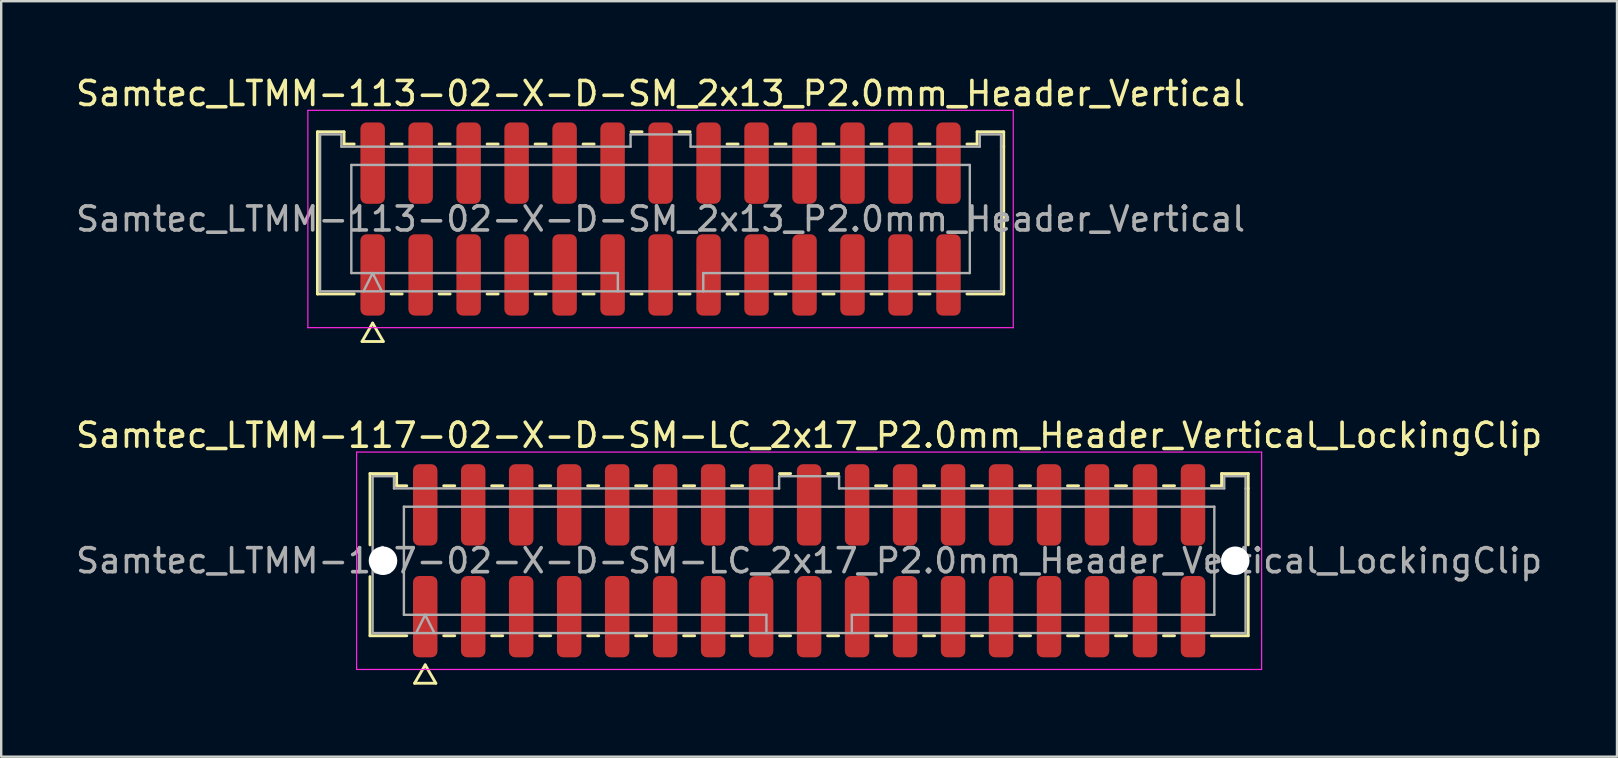
<source format=kicad_pcb>
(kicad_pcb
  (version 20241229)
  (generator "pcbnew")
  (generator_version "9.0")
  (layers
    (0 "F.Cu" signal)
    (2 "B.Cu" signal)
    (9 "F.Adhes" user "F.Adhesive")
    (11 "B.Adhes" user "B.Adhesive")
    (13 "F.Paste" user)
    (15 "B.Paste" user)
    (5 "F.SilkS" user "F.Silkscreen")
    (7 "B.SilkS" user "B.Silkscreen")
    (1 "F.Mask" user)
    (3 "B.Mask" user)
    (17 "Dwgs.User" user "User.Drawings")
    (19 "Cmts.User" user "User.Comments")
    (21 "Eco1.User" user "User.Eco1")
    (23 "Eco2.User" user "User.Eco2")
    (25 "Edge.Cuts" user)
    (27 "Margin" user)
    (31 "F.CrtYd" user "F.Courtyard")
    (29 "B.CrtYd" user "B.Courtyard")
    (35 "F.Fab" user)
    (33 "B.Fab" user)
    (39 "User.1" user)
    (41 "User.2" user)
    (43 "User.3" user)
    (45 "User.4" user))
  (footprint "Samtec_LTMM-113-02-X-D-SM_2x13_P2.0mm_Header_Vertical"
    (layer "F.Cu")
    (at 24.482 6.078)
    (property "Reference" "Samtec_LTMM-113-02-X-D-SM_2x13_P2.0mm_Header_Vertical" (at 0 -5.23 0) (layer "F.SilkS") (effects (font (size 1 1) (thickness 0.15))))
    (attr smd)
    (fp_line (start -14.302 -3.635) (end -13.193 -3.635) (stroke (width 0.12) (type solid)) (layer "F.SilkS"))
    (fp_line (start -14.302 3.125) (end -14.302 -3.635) (stroke (width 0.12) (type solid)) (layer "F.SilkS"))
    (fp_line (start -13.193 -3.635) (end -13.193 -3.125) (stroke (width 0.12) (type solid)) (layer "F.SilkS"))
    (fp_line (start -13.193 -3.125) (end -12.77 -3.125) (stroke (width 0.12) (type solid)) (layer "F.SilkS"))
    (fp_line (start -12.77 3.125) (end -14.302 3.125) (stroke (width 0.12) (type solid)) (layer "F.SilkS"))
    (fp_line (start -12.442 5.105) (end -12 4.34) (stroke (width 0.12) (type solid)) (layer "F.SilkS"))
    (fp_line (start -12 4.34) (end -11.558 5.105) (stroke (width 0.12) (type solid)) (layer "F.SilkS"))
    (fp_line (start -11.558 5.105) (end -12.442 5.105) (stroke (width 0.12) (type solid)) (layer "F.SilkS"))
    (fp_line (start -11.23 -3.125) (end -10.77 -3.125) (stroke (width 0.12) (type solid)) (layer "F.SilkS"))
    (fp_line (start -10.77 3.125) (end -11.23 3.125) (stroke (width 0.12) (type solid)) (layer "F.SilkS"))
    (fp_line (start -9.23 -3.125) (end -8.77 -3.125) (stroke (width 0.12) (type solid)) (layer "F.SilkS"))
    (fp_line (start -8.77 3.125) (end -9.23 3.125) (stroke (width 0.12) (type solid)) (layer "F.SilkS"))
    (fp_line (start -7.23 -3.125) (end -6.77 -3.125) (stroke (width 0.12) (type solid)) (layer "F.SilkS"))
    (fp_line (start -6.77 3.125) (end -7.23 3.125) (stroke (width 0.12) (type solid)) (layer "F.SilkS"))
    (fp_line (start -5.23 -3.125) (end -4.77 -3.125) (stroke (width 0.12) (type solid)) (layer "F.SilkS"))
    (fp_line (start -4.77 3.125) (end -5.23 3.125) (stroke (width 0.12) (type solid)) (layer "F.SilkS"))
    (fp_line (start -3.23 -3.125) (end -2.77 -3.125) (stroke (width 0.12) (type solid)) (layer "F.SilkS"))
    (fp_line (start -2.77 3.125) (end -3.23 3.125) (stroke (width 0.12) (type solid)) (layer "F.SilkS"))
    (fp_line (start -1.23 -3.635) (end -0.77 -3.635) (stroke (width 0.12) (type solid)) (layer "F.SilkS"))
    (fp_line (start -0.77 3.125) (end -1.23 3.125) (stroke (width 0.12) (type solid)) (layer "F.SilkS"))
    (fp_line (start 0.77 -3.635) (end 1.23 -3.635) (stroke (width 0.12) (type solid)) (layer "F.SilkS"))
    (fp_line (start 1.23 3.125) (end 0.77 3.125) (stroke (width 0.12) (type solid)) (layer "F.SilkS"))
    (fp_line (start 2.77 -3.125) (end 3.23 -3.125) (stroke (width 0.12) (type solid)) (layer "F.SilkS"))
    (fp_line (start 3.23 3.125) (end 2.77 3.125) (stroke (width 0.12) (type solid)) (layer "F.SilkS"))
    (fp_line (start 4.77 -3.125) (end 5.23 -3.125) (stroke (width 0.12) (type solid)) (layer "F.SilkS"))
    (fp_line (start 5.23 3.125) (end 4.77 3.125) (stroke (width 0.12) (type solid)) (layer "F.SilkS"))
    (fp_line (start 6.77 -3.125) (end 7.23 -3.125) (stroke (width 0.12) (type solid)) (layer "F.SilkS"))
    (fp_line (start 7.23 3.125) (end 6.77 3.125) (stroke (width 0.12) (type solid)) (layer "F.SilkS"))
    (fp_line (start 8.77 -3.125) (end 9.23 -3.125) (stroke (width 0.12) (type solid)) (layer "F.SilkS"))
    (fp_line (start 9.23 3.125) (end 8.77 3.125) (stroke (width 0.12) (type solid)) (layer "F.SilkS"))
    (fp_line (start 10.77 -3.125) (end 11.23 -3.125) (stroke (width 0.12) (type solid)) (layer "F.SilkS"))
    (fp_line (start 11.23 3.125) (end 10.77 3.125) (stroke (width 0.12) (type solid)) (layer "F.SilkS"))
    (fp_line (start 12.77 -3.125) (end 13.193 -3.125) (stroke (width 0.12) (type solid)) (layer "F.SilkS"))
    (fp_line (start 13.193 -3.635) (end 14.302 -3.635) (stroke (width 0.12) (type solid)) (layer "F.SilkS"))
    (fp_line (start 13.193 -3.125) (end 13.193 -3.635) (stroke (width 0.12) (type solid)) (layer "F.SilkS"))
    (fp_line (start 14.302 -3.635) (end 14.302 -3.015) (stroke (width 0.12) (type solid)) (layer "F.SilkS"))
    (fp_line (start 14.302 -3.015) (end 14.302 3.125) (stroke (width 0.12) (type solid)) (layer "F.SilkS"))
    (fp_line (start 14.302 3.125) (end 12.77 3.125) (stroke (width 0.12) (type solid)) (layer "F.SilkS"))
    (fp_line (start -14.7 -4.53) (end -14.7 4.53) (stroke (width 0.05) (type solid)) (layer "F.CrtYd"))
    (fp_line (start -14.7 4.53) (end 14.7 4.53) (stroke (width 0.05) (type solid)) (layer "F.CrtYd"))
    (fp_line (start 14.7 -4.53) (end -14.7 -4.53) (stroke (width 0.05) (type solid)) (layer "F.CrtYd"))
    (fp_line (start 14.7 4.53) (end 14.7 -4.53) (stroke (width 0.05) (type solid)) (layer "F.CrtYd"))
    (fp_line (start -14.191 -3.525) (end -13.303 -3.525) (stroke (width 0.1) (type solid)) (layer "F.Fab"))
    (fp_line (start -14.191 3.015) (end -14.191 -3.525) (stroke (width 0.1) (type solid)) (layer "F.Fab"))
    (fp_line (start -13.303 -3.525) (end -13.303 -3.015) (stroke (width 0.1) (type solid)) (layer "F.Fab"))
    (fp_line (start -13.303 -3.015) (end -1.25 -3.015) (stroke (width 0.1) (type solid)) (layer "F.Fab"))
    (fp_line (start -12.889 -2.253) (end 12.889 -2.253) (stroke (width 0.1) (type solid)) (layer "F.Fab"))
    (fp_line (start -12.889 2.253) (end -12.889 -2.253) (stroke (width 0.1) (type solid)) (layer "F.Fab"))
    (fp_line (start -12.381 3.015) (end -12 2.253) (stroke (width 0.1) (type solid)) (layer "F.Fab"))
    (fp_line (start -12 2.253) (end -11.619 3.015) (stroke (width 0.1) (type solid)) (layer "F.Fab"))
    (fp_line (start -1.78 2.253) (end -12.889 2.253) (stroke (width 0.1) (type solid)) (layer "F.Fab"))
    (fp_line (start -1.78 3.015) (end -1.78 2.253) (stroke (width 0.1) (type solid)) (layer "F.Fab"))
    (fp_line (start -1.25 -3.525) (end 1.25 -3.525) (stroke (width 0.1) (type solid)) (layer "F.Fab"))
    (fp_line (start -1.25 -3.015) (end -1.25 -3.525) (stroke (width 0.1) (type solid)) (layer "F.Fab"))
    (fp_line (start 1.25 -3.525) (end 1.25 -3.015) (stroke (width 0.1) (type solid)) (layer "F.Fab"))
    (fp_line (start 1.25 -3.015) (end 13.303 -3.015) (stroke (width 0.1) (type solid)) (layer "F.Fab"))
    (fp_line (start 1.78 2.253) (end 1.78 3.015) (stroke (width 0.1) (type solid)) (layer "F.Fab"))
    (fp_line (start 12.889 -2.253) (end 12.889 2.253) (stroke (width 0.1) (type solid)) (layer "F.Fab"))
    (fp_line (start 12.889 2.253) (end 1.78 2.253) (stroke (width 0.1) (type solid)) (layer "F.Fab"))
    (fp_line (start 13.303 -3.525) (end 14.191 -3.525) (stroke (width 0.1) (type solid)) (layer "F.Fab"))
    (fp_line (start 13.303 -3.015) (end 13.303 -3.525) (stroke (width 0.1) (type solid)) (layer "F.Fab"))
    (fp_line (start 14.191 -3.525) (end 14.191 -3.015) (stroke (width 0.1) (type solid)) (layer "F.Fab"))
    (fp_line (start 14.191 -3.015) (end 14.191 3.015) (stroke (width 0.1) (type solid)) (layer "F.Fab"))
    (fp_line (start 14.191 3.015) (end -14.191 3.015) (stroke (width 0.1) (type solid)) (layer "F.Fab"))
    (fp_text user "${REFERENCE}" (at 0 0 0) (layer "F.Fab") (effects (font (size 1 1) (thickness 0.15))))
    (pad "1" smd roundrect (at -12 2.33) (size 1.02 3.39) (layers "F.Cu" "F.Mask" "F.Paste") (roundrect_rratio 0.25))
    (pad "2" smd roundrect (at -12 -2.33) (size 1.02 3.39) (layers "F.Cu" "F.Mask" "F.Paste") (roundrect_rratio 0.25))
    (pad "3" smd roundrect (at -10 2.33) (size 1.02 3.39) (layers "F.Cu" "F.Mask" "F.Paste") (roundrect_rratio 0.25))
    (pad "4" smd roundrect (at -10 -2.33) (size 1.02 3.39) (layers "F.Cu" "F.Mask" "F.Paste") (roundrect_rratio 0.25))
    (pad "5" smd roundrect (at -8 2.33) (size 1.02 3.39) (layers "F.Cu" "F.Mask" "F.Paste") (roundrect_rratio 0.25))
    (pad "6" smd roundrect (at -8 -2.33) (size 1.02 3.39) (layers "F.Cu" "F.Mask" "F.Paste") (roundrect_rratio 0.25))
    (pad "7" smd roundrect (at -6 2.33) (size 1.02 3.39) (layers "F.Cu" "F.Mask" "F.Paste") (roundrect_rratio 0.25))
    (pad "8" smd roundrect (at -6 -2.33) (size 1.02 3.39) (layers "F.Cu" "F.Mask" "F.Paste") (roundrect_rratio 0.25))
    (pad "9" smd roundrect (at -4 2.33) (size 1.02 3.39) (layers "F.Cu" "F.Mask" "F.Paste") (roundrect_rratio 0.25))
    (pad "10" smd roundrect (at -4 -2.33) (size 1.02 3.39) (layers "F.Cu" "F.Mask" "F.Paste") (roundrect_rratio 0.25))
    (pad "11" smd roundrect (at -2 2.33) (size 1.02 3.39) (layers "F.Cu" "F.Mask" "F.Paste") (roundrect_rratio 0.25))
    (pad "12" smd roundrect (at -2 -2.33) (size 1.02 3.39) (layers "F.Cu" "F.Mask" "F.Paste") (roundrect_rratio 0.25))
    (pad "13" smd roundrect (at 0 2.33) (size 1.02 3.39) (layers "F.Cu" "F.Mask" "F.Paste") (roundrect_rratio 0.25))
    (pad "14" smd roundrect (at 0 -2.33) (size 1.02 3.39) (layers "F.Cu" "F.Mask" "F.Paste") (roundrect_rratio 0.25))
    (pad "15" smd roundrect (at 2 2.33) (size 1.02 3.39) (layers "F.Cu" "F.Mask" "F.Paste") (roundrect_rratio 0.25))
    (pad "16" smd roundrect (at 2 -2.33) (size 1.02 3.39) (layers "F.Cu" "F.Mask" "F.Paste") (roundrect_rratio 0.25))
    (pad "17" smd roundrect (at 4 2.33) (size 1.02 3.39) (layers "F.Cu" "F.Mask" "F.Paste") (roundrect_rratio 0.25))
    (pad "18" smd roundrect (at 4 -2.33) (size 1.02 3.39) (layers "F.Cu" "F.Mask" "F.Paste") (roundrect_rratio 0.25))
    (pad "19" smd roundrect (at 6 2.33) (size 1.02 3.39) (layers "F.Cu" "F.Mask" "F.Paste") (roundrect_rratio 0.25))
    (pad "20" smd roundrect (at 6 -2.33) (size 1.02 3.39) (layers "F.Cu" "F.Mask" "F.Paste") (roundrect_rratio 0.25))
    (pad "21" smd roundrect (at 8 2.33) (size 1.02 3.39) (layers "F.Cu" "F.Mask" "F.Paste") (roundrect_rratio 0.25))
    (pad "22" smd roundrect (at 8 -2.33) (size 1.02 3.39) (layers "F.Cu" "F.Mask" "F.Paste") (roundrect_rratio 0.25))
    (pad "23" smd roundrect (at 10 2.33) (size 1.02 3.39) (layers "F.Cu" "F.Mask" "F.Paste") (roundrect_rratio 0.25))
    (pad "24" smd roundrect (at 10 -2.33) (size 1.02 3.39) (layers "F.Cu" "F.Mask" "F.Paste") (roundrect_rratio 0.25))
    (pad "25" smd roundrect (at 12 2.33) (size 1.02 3.39) (layers "F.Cu" "F.Mask" "F.Paste") (roundrect_rratio 0.25))
    (pad "26" smd roundrect (at 12 -2.33) (size 1.02 3.39) (layers "F.Cu" "F.Mask" "F.Paste") (roundrect_rratio 0.25)))
  (footprint "Samtec_LTMM-117-02-X-D-SM-LC_2x17_P2.0mm_Header_Vertical_LockingClip"
    (layer "F.Cu")
    (at 30.673 20.322)
    (property "Reference" "Samtec_LTMM-117-02-X-D-SM-LC_2x17_P2.0mm_Header_Vertical_LockingClip" (at 0 -5.23 0) (layer "F.SilkS") (effects (font (size 1 1) (thickness 0.15))))
    (attr smd)
    (fp_line (start -18.302 -3.635) (end -17.192 -3.635) (stroke (width 0.12) (type solid)) (layer "F.SilkS"))
    (fp_line (start -18.302 -0.662) (end -18.302 -3.635) (stroke (width 0.12) (type solid)) (layer "F.SilkS"))
    (fp_line (start -18.302 3.125) (end -18.302 0.662) (stroke (width 0.12) (type solid)) (layer "F.SilkS"))
    (fp_line (start -17.192 -3.635) (end -17.192 -3.125) (stroke (width 0.12) (type solid)) (layer "F.SilkS"))
    (fp_line (start -17.192 -3.125) (end -16.77 -3.125) (stroke (width 0.12) (type solid)) (layer "F.SilkS"))
    (fp_line (start -16.77 3.125) (end -18.302 3.125) (stroke (width 0.12) (type solid)) (layer "F.SilkS"))
    (fp_line (start -16.442 5.105) (end -16 4.34) (stroke (width 0.12) (type solid)) (layer "F.SilkS"))
    (fp_line (start -16 4.34) (end -15.558 5.105) (stroke (width 0.12) (type solid)) (layer "F.SilkS"))
    (fp_line (start -15.558 5.105) (end -16.442 5.105) (stroke (width 0.12) (type solid)) (layer "F.SilkS"))
    (fp_line (start -15.23 -3.125) (end -14.77 -3.125) (stroke (width 0.12) (type solid)) (layer "F.SilkS"))
    (fp_line (start -14.77 3.125) (end -15.23 3.125) (stroke (width 0.12) (type solid)) (layer "F.SilkS"))
    (fp_line (start -13.23 -3.125) (end -12.77 -3.125) (stroke (width 0.12) (type solid)) (layer "F.SilkS"))
    (fp_line (start -12.77 3.125) (end -13.23 3.125) (stroke (width 0.12) (type solid)) (layer "F.SilkS"))
    (fp_line (start -11.23 -3.125) (end -10.77 -3.125) (stroke (width 0.12) (type solid)) (layer "F.SilkS"))
    (fp_line (start -10.77 3.125) (end -11.23 3.125) (stroke (width 0.12) (type solid)) (layer "F.SilkS"))
    (fp_line (start -9.23 -3.125) (end -8.77 -3.125) (stroke (width 0.12) (type solid)) (layer "F.SilkS"))
    (fp_line (start -8.77 3.125) (end -9.23 3.125) (stroke (width 0.12) (type solid)) (layer "F.SilkS"))
    (fp_line (start -7.23 -3.125) (end -6.77 -3.125) (stroke (width 0.12) (type solid)) (layer "F.SilkS"))
    (fp_line (start -6.77 3.125) (end -7.23 3.125) (stroke (width 0.12) (type solid)) (layer "F.SilkS"))
    (fp_line (start -5.23 -3.125) (end -4.77 -3.125) (stroke (width 0.12) (type solid)) (layer "F.SilkS"))
    (fp_line (start -4.77 3.125) (end -5.23 3.125) (stroke (width 0.12) (type solid)) (layer "F.SilkS"))
    (fp_line (start -3.23 -3.125) (end -2.77 -3.125) (stroke (width 0.12) (type solid)) (layer "F.SilkS"))
    (fp_line (start -2.77 3.125) (end -3.23 3.125) (stroke (width 0.12) (type solid)) (layer "F.SilkS"))
    (fp_line (start -1.23 -3.635) (end -0.77 -3.635) (stroke (width 0.12) (type solid)) (layer "F.SilkS"))
    (fp_line (start -0.77 3.125) (end -1.23 3.125) (stroke (width 0.12) (type solid)) (layer "F.SilkS"))
    (fp_line (start 0.77 -3.635) (end 1.23 -3.635) (stroke (width 0.12) (type solid)) (layer "F.SilkS"))
    (fp_line (start 1.23 3.125) (end 0.77 3.125) (stroke (width 0.12) (type solid)) (layer "F.SilkS"))
    (fp_line (start 2.77 -3.125) (end 3.23 -3.125) (stroke (width 0.12) (type solid)) (layer "F.SilkS"))
    (fp_line (start 3.23 3.125) (end 2.77 3.125) (stroke (width 0.12) (type solid)) (layer "F.SilkS"))
    (fp_line (start 4.77 -3.125) (end 5.23 -3.125) (stroke (width 0.12) (type solid)) (layer "F.SilkS"))
    (fp_line (start 5.23 3.125) (end 4.77 3.125) (stroke (width 0.12) (type solid)) (layer "F.SilkS"))
    (fp_line (start 6.77 -3.125) (end 7.23 -3.125) (stroke (width 0.12) (type solid)) (layer "F.SilkS"))
    (fp_line (start 7.23 3.125) (end 6.77 3.125) (stroke (width 0.12) (type solid)) (layer "F.SilkS"))
    (fp_line (start 8.77 -3.125) (end 9.23 -3.125) (stroke (width 0.12) (type solid)) (layer "F.SilkS"))
    (fp_line (start 9.23 3.125) (end 8.77 3.125) (stroke (width 0.12) (type solid)) (layer "F.SilkS"))
    (fp_line (start 10.77 -3.125) (end 11.23 -3.125) (stroke (width 0.12) (type solid)) (layer "F.SilkS"))
    (fp_line (start 11.23 3.125) (end 10.77 3.125) (stroke (width 0.12) (type solid)) (layer "F.SilkS"))
    (fp_line (start 12.77 -3.125) (end 13.23 -3.125) (stroke (width 0.12) (type solid)) (layer "F.SilkS"))
    (fp_line (start 13.23 3.125) (end 12.77 3.125) (stroke (width 0.12) (type solid)) (layer "F.SilkS"))
    (fp_line (start 14.77 -3.125) (end 15.23 -3.125) (stroke (width 0.12) (type solid)) (layer "F.SilkS"))
    (fp_line (start 15.23 3.125) (end 14.77 3.125) (stroke (width 0.12) (type solid)) (layer "F.SilkS"))
    (fp_line (start 16.77 -3.125) (end 17.192 -3.125) (stroke (width 0.12) (type solid)) (layer "F.SilkS"))
    (fp_line (start 17.192 -3.635) (end 18.302 -3.635) (stroke (width 0.12) (type solid)) (layer "F.SilkS"))
    (fp_line (start 17.192 -3.125) (end 17.192 -3.635) (stroke (width 0.12) (type solid)) (layer "F.SilkS"))
    (fp_line (start 18.302 -3.635) (end 18.302 -3.015) (stroke (width 0.12) (type solid)) (layer "F.SilkS"))
    (fp_line (start 18.302 -3.015) (end 18.302 -0.662) (stroke (width 0.12) (type solid)) (layer "F.SilkS"))
    (fp_line (start 18.302 0.662) (end 18.302 3.125) (stroke (width 0.12) (type solid)) (layer "F.SilkS"))
    (fp_line (start 18.302 3.125) (end 16.77 3.125) (stroke (width 0.12) (type solid)) (layer "F.SilkS"))
    (fp_line (start -18.86 -4.53) (end -18.86 4.53) (stroke (width 0.05) (type solid)) (layer "F.CrtYd"))
    (fp_line (start -18.86 4.53) (end 18.86 4.53) (stroke (width 0.05) (type solid)) (layer "F.CrtYd"))
    (fp_line (start 18.86 -4.53) (end -18.86 -4.53) (stroke (width 0.05) (type solid)) (layer "F.CrtYd"))
    (fp_line (start 18.86 4.53) (end 18.86 -4.53) (stroke (width 0.05) (type solid)) (layer "F.CrtYd"))
    (fp_line (start -18.192 -3.525) (end -17.302 -3.525) (stroke (width 0.1) (type solid)) (layer "F.Fab"))
    (fp_line (start -18.192 3.015) (end -18.192 -3.525) (stroke (width 0.1) (type solid)) (layer "F.Fab"))
    (fp_line (start -17.302 -3.525) (end -17.302 -3.015) (stroke (width 0.1) (type solid)) (layer "F.Fab"))
    (fp_line (start -17.302 -3.015) (end -1.25 -3.015) (stroke (width 0.1) (type solid)) (layer "F.Fab"))
    (fp_line (start -16.889 -2.253) (end 16.889 -2.253) (stroke (width 0.1) (type solid)) (layer "F.Fab"))
    (fp_line (start -16.889 2.253) (end -16.889 -2.253) (stroke (width 0.1) (type solid)) (layer "F.Fab"))
    (fp_line (start -16.381 3.015) (end -16 2.253) (stroke (width 0.1) (type solid)) (layer "F.Fab"))
    (fp_line (start -16 2.253) (end -15.619 3.015) (stroke (width 0.1) (type solid)) (layer "F.Fab"))
    (fp_line (start -1.78 2.253) (end -16.889 2.253) (stroke (width 0.1) (type solid)) (layer "F.Fab"))
    (fp_line (start -1.78 3.015) (end -1.78 2.253) (stroke (width 0.1) (type solid)) (layer "F.Fab"))
    (fp_line (start -1.25 -3.525) (end 1.25 -3.525) (stroke (width 0.1) (type solid)) (layer "F.Fab"))
    (fp_line (start -1.25 -3.015) (end -1.25 -3.525) (stroke (width 0.1) (type solid)) (layer "F.Fab"))
    (fp_line (start 1.25 -3.525) (end 1.25 -3.015) (stroke (width 0.1) (type solid)) (layer "F.Fab"))
    (fp_line (start 1.25 -3.015) (end 17.302 -3.015) (stroke (width 0.1) (type solid)) (layer "F.Fab"))
    (fp_line (start 1.78 2.253) (end 1.78 3.015) (stroke (width 0.1) (type solid)) (layer "F.Fab"))
    (fp_line (start 16.889 -2.253) (end 16.889 2.253) (stroke (width 0.1) (type solid)) (layer "F.Fab"))
    (fp_line (start 16.889 2.253) (end 1.78 2.253) (stroke (width 0.1) (type solid)) (layer "F.Fab"))
    (fp_line (start 17.302 -3.525) (end 18.192 -3.525) (stroke (width 0.1) (type solid)) (layer "F.Fab"))
    (fp_line (start 17.302 -3.015) (end 17.302 -3.525) (stroke (width 0.1) (type solid)) (layer "F.Fab"))
    (fp_line (start 18.192 -3.525) (end 18.192 -3.015) (stroke (width 0.1) (type solid)) (layer "F.Fab"))
    (fp_line (start 18.192 -3.015) (end 18.192 3.015) (stroke (width 0.1) (type solid)) (layer "F.Fab"))
    (fp_line (start 18.192 3.015) (end -18.192 3.015) (stroke (width 0.1) (type solid)) (layer "F.Fab"))
    (fp_text user "${REFERENCE}" (at 0 0 0) (layer "F.Fab") (effects (font (size 1 1) (thickness 0.15))))
    (pad "" np_thru_hole circle (at -17.76 0) (size 1.19 1.19) (drill 1.19) (layers "*.Cu" "*.Mask"))
    (pad "" np_thru_hole circle (at 17.76 0) (size 1.19 1.19) (drill 1.19) (layers "*.Cu" "*.Mask"))
    (pad "1" smd roundrect (at -16 2.33) (size 1.02 3.39) (layers "F.Cu" "F.Mask" "F.Paste") (roundrect_rratio 0.25))
    (pad "2" smd roundrect (at -16 -2.33) (size 1.02 3.39) (layers "F.Cu" "F.Mask" "F.Paste") (roundrect_rratio 0.25))
    (pad "3" smd roundrect (at -14 2.33) (size 1.02 3.39) (layers "F.Cu" "F.Mask" "F.Paste") (roundrect_rratio 0.25))
    (pad "4" smd roundrect (at -14 -2.33) (size 1.02 3.39) (layers "F.Cu" "F.Mask" "F.Paste") (roundrect_rratio 0.25))
    (pad "5" smd roundrect (at -12 2.33) (size 1.02 3.39) (layers "F.Cu" "F.Mask" "F.Paste") (roundrect_rratio 0.25))
    (pad "6" smd roundrect (at -12 -2.33) (size 1.02 3.39) (layers "F.Cu" "F.Mask" "F.Paste") (roundrect_rratio 0.25))
    (pad "7" smd roundrect (at -10 2.33) (size 1.02 3.39) (layers "F.Cu" "F.Mask" "F.Paste") (roundrect_rratio 0.25))
    (pad "8" smd roundrect (at -10 -2.33) (size 1.02 3.39) (layers "F.Cu" "F.Mask" "F.Paste") (roundrect_rratio 0.25))
    (pad "9" smd roundrect (at -8 2.33) (size 1.02 3.39) (layers "F.Cu" "F.Mask" "F.Paste") (roundrect_rratio 0.25))
    (pad "10" smd roundrect (at -8 -2.33) (size 1.02 3.39) (layers "F.Cu" "F.Mask" "F.Paste") (roundrect_rratio 0.25))
    (pad "11" smd roundrect (at -6 2.33) (size 1.02 3.39) (layers "F.Cu" "F.Mask" "F.Paste") (roundrect_rratio 0.25))
    (pad "12" smd roundrect (at -6 -2.33) (size 1.02 3.39) (layers "F.Cu" "F.Mask" "F.Paste") (roundrect_rratio 0.25))
    (pad "13" smd roundrect (at -4 2.33) (size 1.02 3.39) (layers "F.Cu" "F.Mask" "F.Paste") (roundrect_rratio 0.25))
    (pad "14" smd roundrect (at -4 -2.33) (size 1.02 3.39) (layers "F.Cu" "F.Mask" "F.Paste") (roundrect_rratio 0.25))
    (pad "15" smd roundrect (at -2 2.33) (size 1.02 3.39) (layers "F.Cu" "F.Mask" "F.Paste") (roundrect_rratio 0.25))
    (pad "16" smd roundrect (at -2 -2.33) (size 1.02 3.39) (layers "F.Cu" "F.Mask" "F.Paste") (roundrect_rratio 0.25))
    (pad "17" smd roundrect (at 0 2.33) (size 1.02 3.39) (layers "F.Cu" "F.Mask" "F.Paste") (roundrect_rratio 0.25))
    (pad "18" smd roundrect (at 0 -2.33) (size 1.02 3.39) (layers "F.Cu" "F.Mask" "F.Paste") (roundrect_rratio 0.25))
    (pad "19" smd roundrect (at 2 2.33) (size 1.02 3.39) (layers "F.Cu" "F.Mask" "F.Paste") (roundrect_rratio 0.25))
    (pad "20" smd roundrect (at 2 -2.33) (size 1.02 3.39) (layers "F.Cu" "F.Mask" "F.Paste") (roundrect_rratio 0.25))
    (pad "21" smd roundrect (at 4 2.33) (size 1.02 3.39) (layers "F.Cu" "F.Mask" "F.Paste") (roundrect_rratio 0.25))
    (pad "22" smd roundrect (at 4 -2.33) (size 1.02 3.39) (layers "F.Cu" "F.Mask" "F.Paste") (roundrect_rratio 0.25))
    (pad "23" smd roundrect (at 6 2.33) (size 1.02 3.39) (layers "F.Cu" "F.Mask" "F.Paste") (roundrect_rratio 0.25))
    (pad "24" smd roundrect (at 6 -2.33) (size 1.02 3.39) (layers "F.Cu" "F.Mask" "F.Paste") (roundrect_rratio 0.25))
    (pad "25" smd roundrect (at 8 2.33) (size 1.02 3.39) (layers "F.Cu" "F.Mask" "F.Paste") (roundrect_rratio 0.25))
    (pad "26" smd roundrect (at 8 -2.33) (size 1.02 3.39) (layers "F.Cu" "F.Mask" "F.Paste") (roundrect_rratio 0.25))
    (pad "27" smd roundrect (at 10 2.33) (size 1.02 3.39) (layers "F.Cu" "F.Mask" "F.Paste") (roundrect_rratio 0.25))
    (pad "28" smd roundrect (at 10 -2.33) (size 1.02 3.39) (layers "F.Cu" "F.Mask" "F.Paste") (roundrect_rratio 0.25))
    (pad "29" smd roundrect (at 12 2.33) (size 1.02 3.39) (layers "F.Cu" "F.Mask" "F.Paste") (roundrect_rratio 0.25))
    (pad "30" smd roundrect (at 12 -2.33) (size 1.02 3.39) (layers "F.Cu" "F.Mask" "F.Paste") (roundrect_rratio 0.25))
    (pad "31" smd roundrect (at 14 2.33) (size 1.02 3.39) (layers "F.Cu" "F.Mask" "F.Paste") (roundrect_rratio 0.25))
    (pad "32" smd roundrect (at 14 -2.33) (size 1.02 3.39) (layers "F.Cu" "F.Mask" "F.Paste") (roundrect_rratio 0.25))
    (pad "33" smd roundrect (at 16 2.33) (size 1.02 3.39) (layers "F.Cu" "F.Mask" "F.Paste") (roundrect_rratio 0.25))
    (pad "34" smd roundrect (at 16 -2.33) (size 1.02 3.39) (layers "F.Cu" "F.Mask" "F.Paste") (roundrect_rratio 0.25)))
  (gr_rect
    (start -3 -3)
    (end 64.345 28.486)
    (stroke (width 0.1) (type default))
    (fill no)
    (layer "Edge.Cuts")))
</source>
